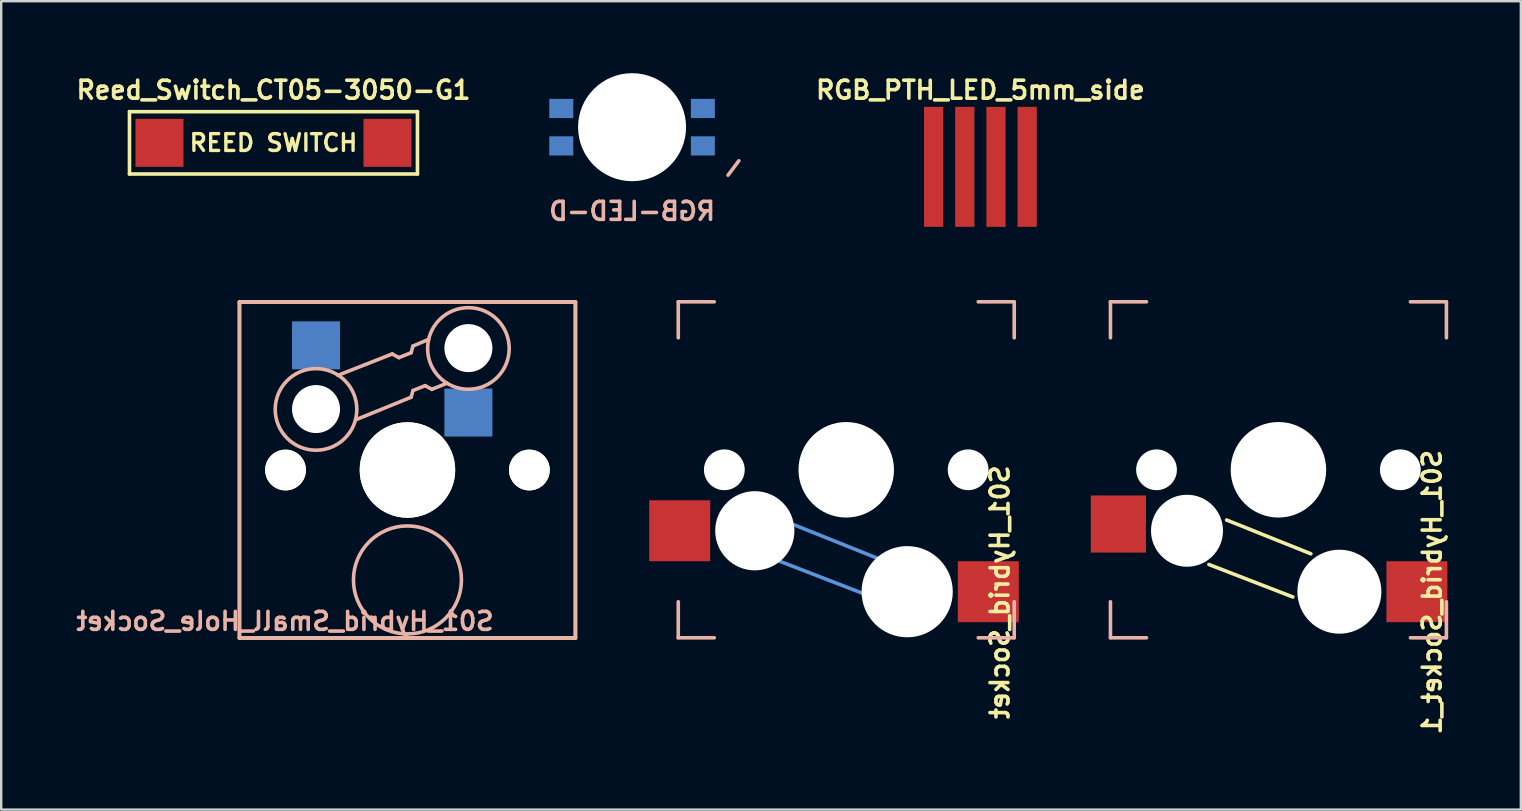
<source format=kicad_pcb>
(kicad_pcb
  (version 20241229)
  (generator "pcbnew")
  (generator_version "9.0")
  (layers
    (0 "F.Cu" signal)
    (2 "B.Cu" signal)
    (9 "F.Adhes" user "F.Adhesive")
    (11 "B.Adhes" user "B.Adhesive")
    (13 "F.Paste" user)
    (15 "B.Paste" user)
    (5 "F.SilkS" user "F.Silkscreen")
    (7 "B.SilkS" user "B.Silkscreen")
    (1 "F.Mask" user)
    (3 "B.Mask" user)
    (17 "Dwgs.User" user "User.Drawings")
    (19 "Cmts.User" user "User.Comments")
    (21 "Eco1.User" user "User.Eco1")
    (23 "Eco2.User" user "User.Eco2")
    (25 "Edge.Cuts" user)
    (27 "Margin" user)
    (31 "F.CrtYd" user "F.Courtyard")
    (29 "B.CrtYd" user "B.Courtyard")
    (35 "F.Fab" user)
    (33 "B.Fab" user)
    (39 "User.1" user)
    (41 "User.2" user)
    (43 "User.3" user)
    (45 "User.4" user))
  (footprint "S01_Hybrid_Socket_1"
    (layer "F.Cu")
    (at 50.224 16.527)
    (property "Reference" "S01_Hybrid_Socket_1" (at 6.4 5.1 270) (layer "F.SilkS") (effects (font (size 0.75 0.75) (thickness 0.15)) (justify mirror)))
    (attr smd)
    (fp_line (start -2.159 2.093) (end 1.35 3.5) (stroke (width 0.15) (type solid)) (layer "F.SilkS"))
    (fp_line (start 0.6 5.3) (end -2.896 3.947) (stroke (width 0.15) (type solid)) (layer "F.SilkS"))
    (fp_line (start -7 -7) (end -5.5 -7) (stroke (width 0.15) (type solid)) (layer "B.SilkS"))
    (fp_line (start -7 -5.5) (end -7 -7) (stroke (width 0.15) (type solid)) (layer "B.SilkS"))
    (fp_line (start -7 7) (end -7 5.5) (stroke (width 0.15) (type solid)) (layer "B.SilkS"))
    (fp_line (start -5.5 7) (end -7 7) (stroke (width 0.15) (type solid)) (layer "B.SilkS"))
    (fp_line (start 5.5 -7) (end 7 -7) (stroke (width 0.15) (type solid)) (layer "B.SilkS"))
    (fp_line (start 7 -7) (end 7 -5.5) (stroke (width 0.15) (type solid)) (layer "B.SilkS"))
    (fp_line (start 7 5.5) (end 7 7) (stroke (width 0.15) (type solid)) (layer "B.SilkS"))
    (fp_line (start 7 7) (end 5.5 7) (stroke (width 0.15) (type solid)) (layer "B.SilkS"))
    (pad "" np_thru_hole circle (at -5.08 0 180) (size 1.699 1.699) (drill 1.699) (layers "*.Cu" "*.Mask"))
    (pad "" np_thru_hole circle (at -3.81 2.54) (size 3 3) (drill 3) (layers "*.Cu" "*.Mask"))
    (pad "" np_thru_hole circle (at 0 0 180) (size 3.98 3.98) (drill 3.98) (layers "*.Cu" "*.Mask"))
    (pad "" np_thru_hole circle (at 2.54 5.08 180) (size 3.5 3.5) (drill 3.5) (layers "*.Cu" "*.Mask"))
    (pad "" np_thru_hole circle (at 5.08 0 180) (size 1.699 1.699) (drill 1.699) (layers "*.Cu" "*.Mask"))
    (pad "1" smd rect (at -6.67 2.26 180) (size 2.3 2.38) (layers "F.Cu" "F.Mask" "F.Paste"))
    (pad "2" smd rect (at 5.77 5.08 180) (size 2.54 2.54) (layers "F.Cu" "F.Mask" "F.Paste")))
  (footprint "S01_Hybrid_Socket"
    (layer "F.Cu")
    (at 32.214 16.527)
    (property "Reference" "S01_Hybrid_Socket" (at 6.4 5.1 270) (layer "F.SilkS") (effects (font (size 0.75 0.75) (thickness 0.15)) (justify mirror)))
    (attr smd)
    (fp_line (start -7 -7) (end -5.5 -7) (stroke (width 0.15) (type solid)) (layer "B.SilkS"))
    (fp_line (start -7 -5.5) (end -7 -7) (stroke (width 0.15) (type solid)) (layer "B.SilkS"))
    (fp_line (start -7 7) (end -7 5.5) (stroke (width 0.15) (type solid)) (layer "B.SilkS"))
    (fp_line (start -5.5 7) (end -7 7) (stroke (width 0.15) (type solid)) (layer "B.SilkS"))
    (fp_line (start 5.5 -7) (end 7 -7) (stroke (width 0.15) (type solid)) (layer "B.SilkS"))
    (fp_line (start 7 -7) (end 7 -5.5) (stroke (width 0.15) (type solid)) (layer "B.SilkS"))
    (fp_line (start 7 5.5) (end 7 7) (stroke (width 0.15) (type solid)) (layer "B.SilkS"))
    (fp_line (start 7 7) (end 5.5 7) (stroke (width 0.15) (type solid)) (layer "B.SilkS"))
    (fp_line (start -2.159 2.3) (end 1.35 3.707) (stroke (width 0.15) (type solid)) (layer "Cmts.User"))
    (fp_line (start 0.696 5.153) (end -2.8 3.8) (stroke (width 0.15) (type solid)) (layer "Cmts.User"))
    (pad "" np_thru_hole circle (at -5.08 0 180) (size 1.699 1.699) (drill 1.699) (layers "*.Cu" "*.Mask"))
    (pad "" np_thru_hole circle (at -3.81 2.54) (size 3.3 3.3) (drill 3.3) (layers "*.Cu" "*.Mask"))
    (pad "" np_thru_hole circle (at 0 0 180) (size 3.98 3.98) (drill 3.98) (layers "*.Cu" "*.Mask"))
    (pad "" np_thru_hole circle (at 2.54 5.08 180) (size 3.8 3.8) (drill 3.8) (layers "*.Cu" "*.Mask"))
    (pad "" np_thru_hole circle (at 5.08 0 180) (size 1.699 1.699) (drill 1.699) (layers "*.Cu" "*.Mask"))
    (pad "1" smd rect (at -6.94 2.54 180) (size 2.54 2.54) (layers "F.Cu" "F.Mask" "F.Paste"))
    (pad "2" smd rect (at 5.92 5.08 180) (size 2.54 2.54) (layers "F.Cu" "F.Mask" "F.Paste")))
  (footprint "Reed_Switch_CT05-3050-G1"
    (layer "F.Cu")
    (at 8.346 2.902)
    (property "Reference" "Reed_Switch_CT05-3050-G1" (at 0 -2.2 0) (layer "F.SilkS") (effects (font (size 0.75 0.75) (thickness 0.15))))
    (attr through_hole)
    (fp_line (start -6 -1.3) (end 6 -1.3) (stroke (width 0.15) (type solid)) (layer "F.SilkS"))
    (fp_line (start -6 1.3) (end -6 -1.3) (stroke (width 0.15) (type solid)) (layer "F.SilkS"))
    (fp_line (start 6 -1.3) (end 6 1.3) (stroke (width 0.15) (type solid)) (layer "F.SilkS"))
    (fp_line (start 6 1.3) (end -6 1.3) (stroke (width 0.15) (type solid)) (layer "F.SilkS"))
    (fp_text user "REED SWITCH" (at 0 0 0) (layer "F.SilkS") (effects (font (size 0.7 0.7) (thickness 0.14))))
    (pad "1" smd rect (at -4.75 0) (size 2 2) (layers "F.Cu" "F.Mask" "F.Paste"))
    (pad "2" smd rect (at 4.75 0) (size 2 2) (layers "F.Cu" "F.Mask" "F.Paste")))
  (footprint "S01_Hybrid_Small_Hole_Socket"
    (layer "F.Cu")
    (at 13.929 16.536)
    (property "Reference" "S01_Hybrid_Small_Hole_Socket" (at -5.1 6.3 0) (layer "B.SilkS") (effects (font (size 0.75 0.75) (thickness 0.15)) (justify mirror)))
    (attr through_hole)
    (fp_line (start -7 -7) (end 7 -7) (stroke (width 0.15) (type solid)) (layer "F.SilkS"))
    (fp_line (start -7 7) (end -7 -7) (stroke (width 0.15) (type solid)) (layer "F.SilkS"))
    (fp_line (start 7 -7) (end 7 7) (stroke (width 0.15) (type solid)) (layer "F.SilkS"))
    (fp_line (start 7 7) (end -7 7) (stroke (width 0.15) (type solid)) (layer "F.SilkS"))
    (fp_line (start -7 -7) (end 7 -7) (stroke (width 0.15) (type solid)) (layer "B.SilkS"))
    (fp_line (start -7 7) (end -7 -7) (stroke (width 0.15) (type solid)) (layer "B.SilkS"))
    (fp_line (start -2.159 -2.093) (end 0.152 -3.033) (stroke (width 0.15) (type solid)) (layer "B.SilkS"))
    (fp_line (start -0.635 -4.836) (end -2.896 -3.947) (stroke (width 0.15) (type solid)) (layer "B.SilkS"))
    (fp_line (start -0.635 -4.836) (end -0.356 -4.684) (stroke (width 0.15) (type solid)) (layer "B.SilkS"))
    (fp_line (start -0.356 -4.684) (end 0.152 -4.887) (stroke (width 0.15) (type solid)) (layer "B.SilkS"))
    (fp_line (start 0.152 -4.887) (end 0.229 -5.166) (stroke (width 0.15) (type solid)) (layer "B.SilkS"))
    (fp_line (start 0.229 -3.312) (end 0.152 -3.033) (stroke (width 0.15) (type solid)) (layer "B.SilkS"))
    (fp_line (start 0.737 -3.515) (end 0.229 -3.312) (stroke (width 0.15) (type solid)) (layer "B.SilkS"))
    (fp_line (start 0.889 -5.446) (end 0.229 -5.166) (stroke (width 0.15) (type solid)) (layer "B.SilkS"))
    (fp_line (start 1.016 -3.363) (end 0.737 -3.515) (stroke (width 0.15) (type solid)) (layer "B.SilkS"))
    (fp_line (start 1.651 -3.617) (end 1.016 -3.363) (stroke (width 0.15) (type solid)) (layer "B.SilkS"))
    (fp_line (start 7 -7) (end 7 7) (stroke (width 0.15) (type solid)) (layer "B.SilkS"))
    (fp_line (start 7 7) (end -7 7) (stroke (width 0.15) (type solid)) (layer "B.SilkS"))
    (fp_circle (center -3.81 -2.525) (end -2.11 -2.525) (stroke (width 0.15) (type solid)) (fill no) (layer "B.SilkS"))
    (fp_circle (center 0 4.58) (end 2.25 4.58) (stroke (width 0.15) (type solid)) (fill no) (layer "B.SilkS"))
    (fp_circle (center 2.54 -5.065) (end 4.24 -5.065) (stroke (width 0.15) (type solid)) (fill no) (layer "B.SilkS"))
    (fp_line (start -3.985 -5.337) (end -5.302 -3.874) (stroke (width 0.01) (type solid)) (layer "Eco1.User"))
    (fp_line (start -1.012 -2.661) (end -2.325 -1.203) (stroke (width 0.01) (type solid)) (layer "Eco1.User"))
    (fp_line (start 0.544 -5.215) (end 0.505 -4.637) (stroke (width 0.01) (type solid)) (layer "Eco1.User"))
    (fp_line (start 4.535 -4.943) (end 4.496 -4.365) (stroke (width 0.01) (type solid)) (layer "Eco1.User"))
    (fp_arc (start -3.984939 -5.337371) (mid -1.160389 -5.485399) (end -1.012361 -2.660849) (stroke (width 0.01) (type solid)) (layer "Eco1.User"))
    (fp_arc (start -2.325005 -1.202629) (mid -5.149556 -1.0546) (end -5.297585 -3.879151) (stroke (width 0.01) (type solid)) (layer "Eco1.User"))
    (fp_arc (start 0.544355 -5.215358) (mid 2.675707 -7.074008) (end 4.535093 -4.943298) (stroke (width 0.01) (type solid)) (layer "Eco1.User"))
    (fp_arc (start 4.495645 -4.36464) (mid 2.364245 -2.505302) (end 0.504907 -4.636702) (stroke (width 0.01) (type solid)) (layer "Eco1.User"))
    (pad "" np_thru_hole circle (at -5.08 0) (size 1.699 1.699) (drill 1.699) (layers "*.Cu" "*.Mask" "F.SilkS"))
    (pad "" np_thru_hole circle (at -3.81 -2.54 180) (size 2 2) (drill 2) (layers "*.Cu" "*.Mask"))
    (pad "" np_thru_hole circle (at 0 0) (size 3.98 3.98) (drill 3.98) (layers "*.Cu" "*.Mask" "F.SilkS"))
    (pad "" np_thru_hole circle (at 2.54 -5.08) (size 2 2) (drill 2) (layers "*.Cu" "*.Mask"))
    (pad "" np_thru_hole circle (at 5.08 0) (size 1.699 1.699) (drill 1.699) (layers "*.Cu" "*.Mask" "F.SilkS"))
    (pad "1" smd rect (at -3.81 -5.195) (size 2 2) (layers "B.Cu" "B.Mask" "B.Paste"))
    (pad "2" smd rect (at 2.54 -2.395 180) (size 2 2) (layers "B.Cu" "B.Mask" "B.Paste")))
  (footprint "RGB-LED-D"
    (layer "F.Cu")
    (at 23.289 2.25)
    (property "Reference" "RGB-LED-D" (at 0 3.5 0) (layer "B.SilkS") (effects (font (size 0.75 0.75) (thickness 0.15)) (justify mirror)))
    (attr smd)
    (fp_line (start 4.45 1.4) (end 4 2) (stroke (width 0.15) (type solid)) (layer "B.SilkS"))
    (pad "" np_thru_hole circle (at 0 0) (size 4.5 4.5) (drill 4.5) (layers "*.Cu" "*.Mask"))
    (pad "1" smd rect (at -2.95 0.78 90) (size 0.8 1) (layers "B.Cu" "B.Mask" "B.Paste"))
    (pad "2" smd rect (at -2.95 -0.78 90) (size 0.8 1) (layers "B.Cu" "B.Mask" "B.Paste"))
    (pad "3" smd rect (at 2.95 0.78 90) (size 0.8 1) (layers "B.Cu" "B.Mask" "B.Paste"))
    (pad "4" smd rect (at 2.95 -0.78 90) (size 0.8 1) (layers "B.Cu" "B.Mask" "B.Paste")))
  (footprint "RGB_PTH_LED_5mm_side"
    (layer "F.Cu")
    (at 37.804 3.902)
    (property "Reference" "RGB_PTH_LED_5mm_side" (at 0 -3.2 0) (layer "F.SilkS") (effects (font (size 0.75 0.75) (thickness 0.15))))
    (attr through_hole)
    (pad "1" smd rect (at -1.95 0) (size 0.8 5) (layers "F.Cu" "F.Mask" "F.Paste"))
    (pad "2" smd rect (at 1.95 0) (size 0.8 5) (layers "F.Cu" "F.Mask" "F.Paste"))
    (pad "3" smd rect (at -0.65 0) (size 0.8 5) (layers "F.Cu" "F.Mask" "F.Paste"))
    (pad "4" smd rect (at 0.65 0) (size 0.8 5) (layers "F.Cu" "F.Mask" "F.Paste")))
  (gr_rect
    (start -3 -3)
    (end 60.326 30.688)
    (stroke (width 0.1) (type default))
    (fill no)
    (layer "Edge.Cuts")))
</source>
